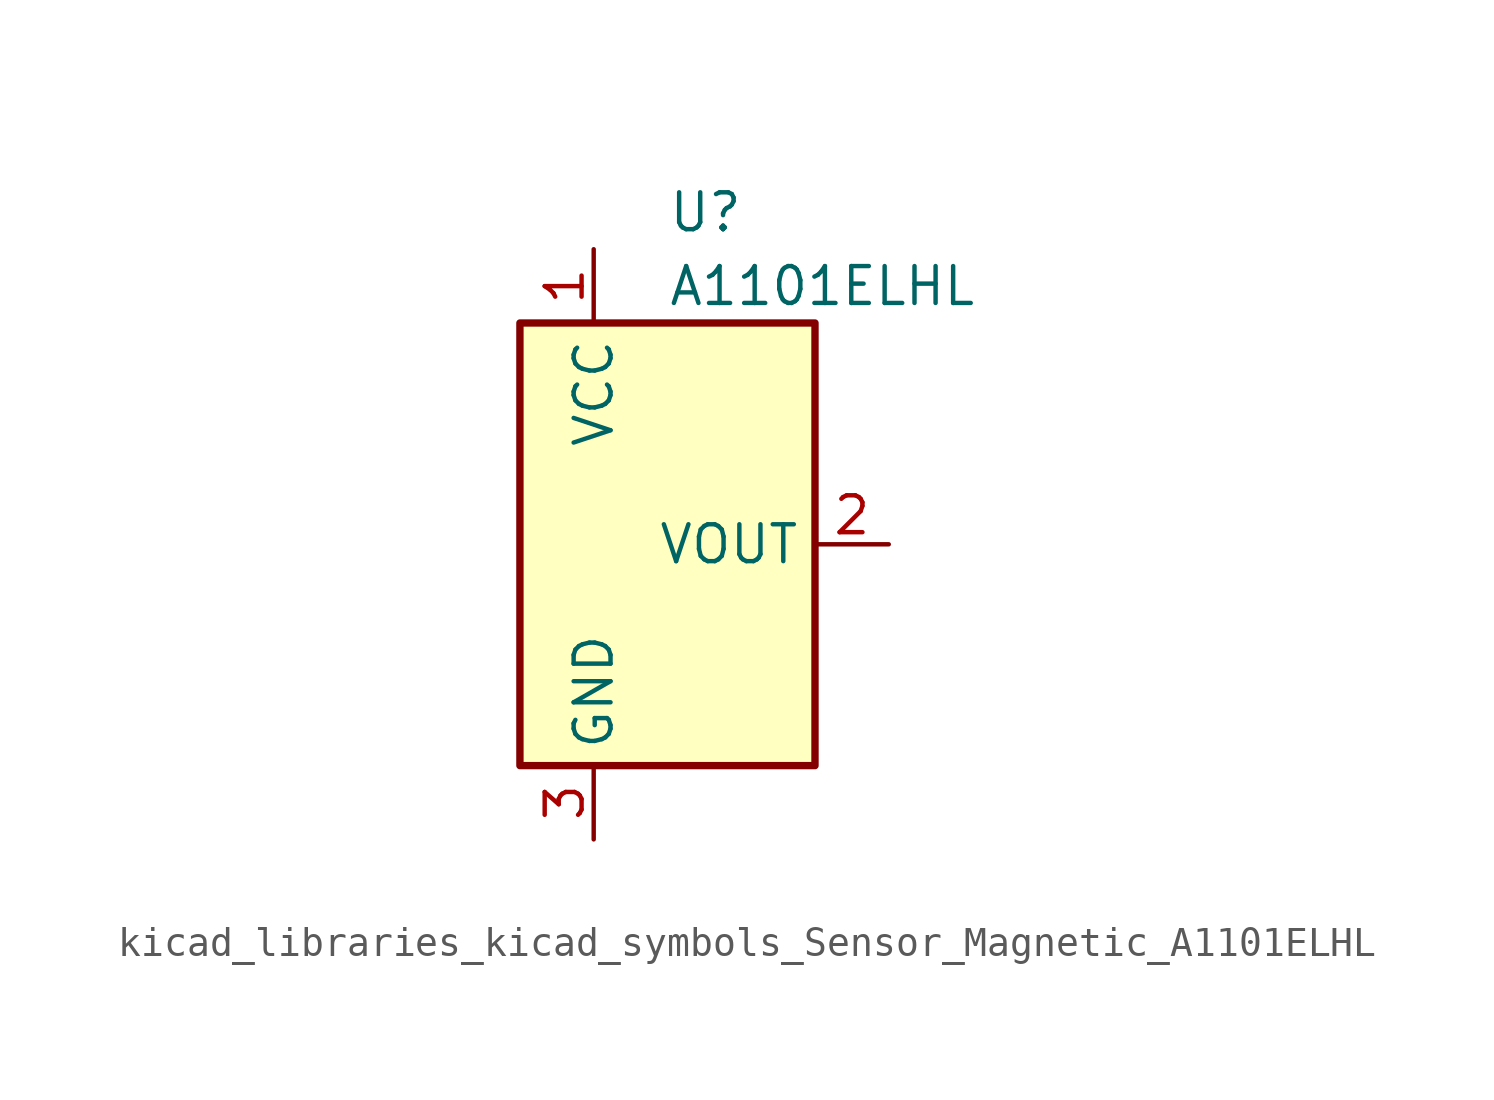
<source format=kicad_sym>
(kicad_symbol_lib
  (version 20220914)
  (generator kicad_symbol_editor)
  (symbol "kicad_libraries_kicad_symbols_Sensor_Magnetic_A1101ELHL"
    (property "Reference" "U"
      (at 0 11.43 0)
      (effects (font (size 1.27 1.27)) (justify left)))
    (property "Value" "A1101ELHL"
      (at 0 8.89 0)
      (effects (font (size 1.27 1.27)) (justify left)))
    (symbol "kicad_libraries_kicad_symbols_Sensor_Magnetic_A1101ELHL_0_1"
      (rectangle (start -5.08 7.62) (end 5.08 -7.62) (stroke (width 0.254) (type default)) (fill (type background))))
    (symbol "kicad_libraries_kicad_symbols_Sensor_Magnetic_A1101ELHL_1_1"
      (pin power_in line (at -2.54 10.16 270) (length 2.54) (name "VCC" (effects (font (size 1.27 1.27)))) (number "1" (effects (font (size 1.27 1.27)))))
      (pin open_collector line (at 7.62 0 180) (length 2.54) (name "VOUT" (effects (font (size 1.27 1.27)))) (number "2" (effects (font (size 1.27 1.27)))))
      (pin power_in line (at -2.54 -10.16 90) (length 2.54) (name "GND" (effects (font (size 1.27 1.27)))) (number "3" (effects (font (size 1.27 1.27))))))))
</source>
